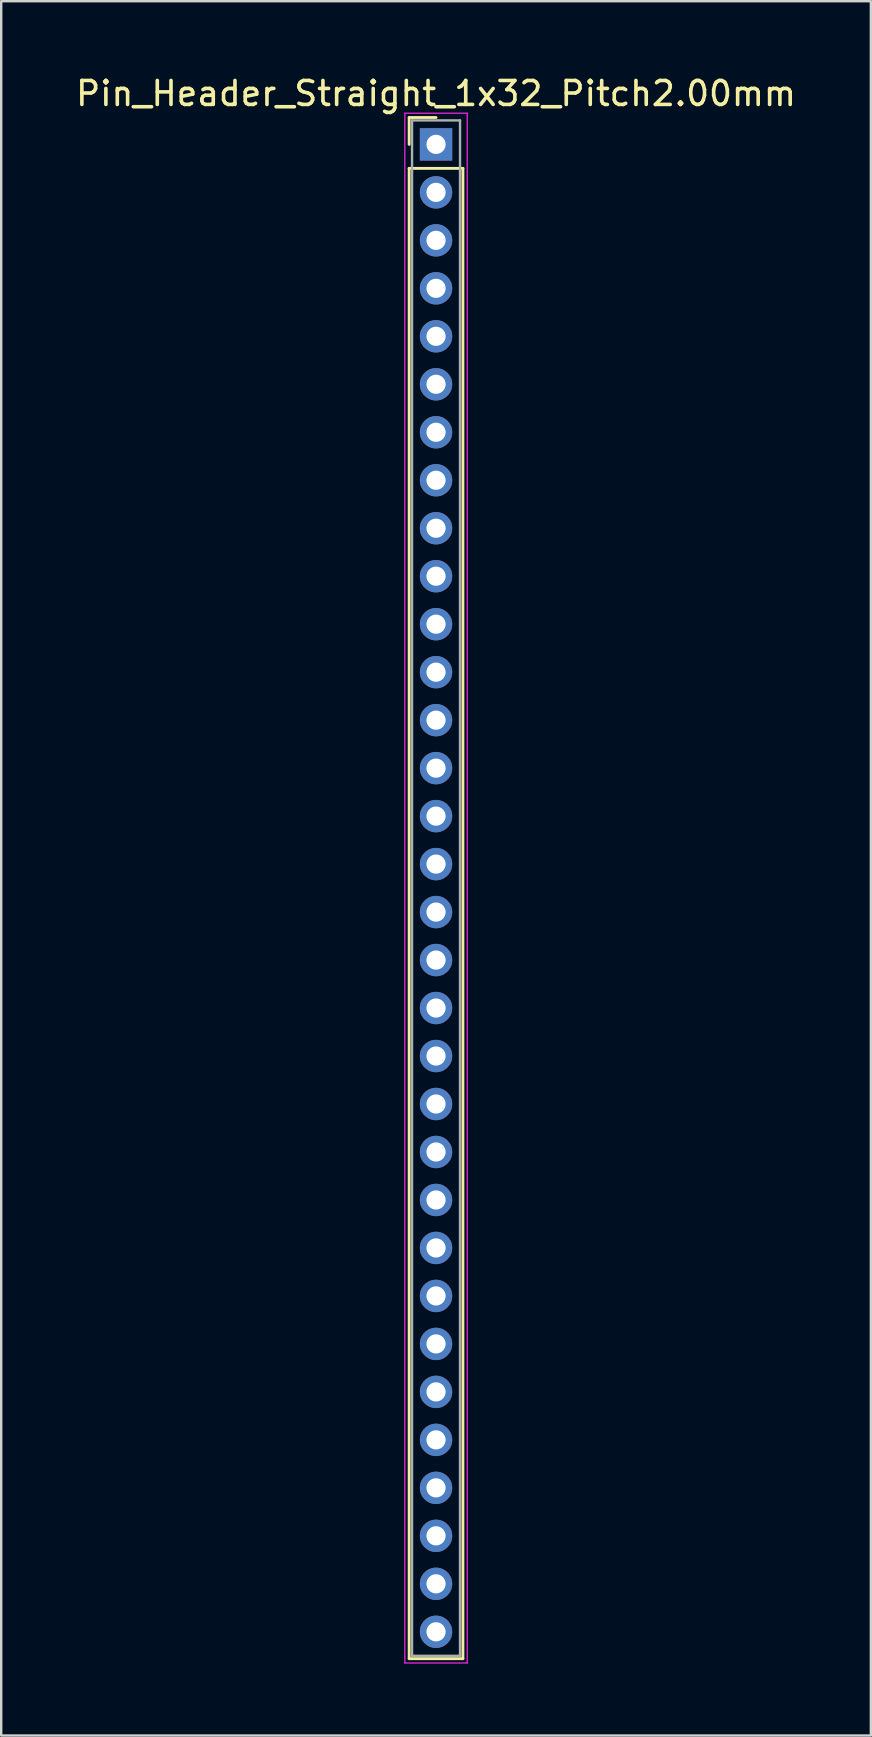
<source format=kicad_pcb>
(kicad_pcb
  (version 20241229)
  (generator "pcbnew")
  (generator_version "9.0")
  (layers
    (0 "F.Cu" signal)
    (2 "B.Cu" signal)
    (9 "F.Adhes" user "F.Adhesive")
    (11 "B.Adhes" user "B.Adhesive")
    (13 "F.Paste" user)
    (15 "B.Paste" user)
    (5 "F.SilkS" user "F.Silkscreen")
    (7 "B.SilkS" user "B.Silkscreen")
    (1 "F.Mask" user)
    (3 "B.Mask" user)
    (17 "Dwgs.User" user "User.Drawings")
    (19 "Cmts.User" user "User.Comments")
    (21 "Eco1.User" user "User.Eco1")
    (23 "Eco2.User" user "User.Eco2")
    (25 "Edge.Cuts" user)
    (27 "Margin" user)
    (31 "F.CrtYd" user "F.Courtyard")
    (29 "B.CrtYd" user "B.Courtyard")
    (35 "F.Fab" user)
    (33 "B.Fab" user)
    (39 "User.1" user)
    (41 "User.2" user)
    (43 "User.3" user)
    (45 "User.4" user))
  (footprint "Pin_Header_Straight_1x32_Pitch2.00mm"
    (layer "F.Cu")
    (at 15.125 2.968)
    (property "Reference" "Pin_Header_Straight_1x32_Pitch2.00mm" (at 0 -2.12 0) (layer "F.SilkS") (effects (font (size 1 1) (thickness 0.15))))
    (attr through_hole)
    (fp_line (start -1.12 -1.12) (end 0 -1.12) (stroke (width 0.12) (type solid)) (layer "F.SilkS"))
    (fp_line (start -1.12 0) (end -1.12 -1.12) (stroke (width 0.12) (type solid)) (layer "F.SilkS"))
    (fp_line (start -1.12 1) (end -1.12 63.12) (stroke (width 0.12) (type solid)) (layer "F.SilkS"))
    (fp_line (start -1.12 63.12) (end 1.12 63.12) (stroke (width 0.12) (type solid)) (layer "F.SilkS"))
    (fp_line (start 1.12 1) (end -1.12 1) (stroke (width 0.12) (type solid)) (layer "F.SilkS"))
    (fp_line (start 1.12 63.12) (end 1.12 1) (stroke (width 0.12) (type solid)) (layer "F.SilkS"))
    (fp_line (start -1.3 -1.3) (end -1.3 63.3) (stroke (width 0.05) (type solid)) (layer "F.CrtYd"))
    (fp_line (start -1.3 63.3) (end 1.3 63.3) (stroke (width 0.05) (type solid)) (layer "F.CrtYd"))
    (fp_line (start 1.3 -1.3) (end -1.3 -1.3) (stroke (width 0.05) (type solid)) (layer "F.CrtYd"))
    (fp_line (start 1.3 63.3) (end 1.3 -1.3) (stroke (width 0.05) (type solid)) (layer "F.CrtYd"))
    (fp_line (start -1 -1) (end -1 63) (stroke (width 0.1) (type solid)) (layer "F.Fab"))
    (fp_line (start -1 63) (end 1 63) (stroke (width 0.1) (type solid)) (layer "F.Fab"))
    (fp_line (start 1 -1) (end -1 -1) (stroke (width 0.1) (type solid)) (layer "F.Fab"))
    (fp_line (start 1 63) (end 1 -1) (stroke (width 0.1) (type solid)) (layer "F.Fab"))
    (pad "1" thru_hole rect (at 0 0) (size 1.35 1.35) (drill 0.8) (layers "*.Cu" "*.Mask"))
    (pad "2" thru_hole oval (at 0 2) (size 1.35 1.35) (drill 0.8) (layers "*.Cu" "*.Mask"))
    (pad "3" thru_hole oval (at 0 4) (size 1.35 1.35) (drill 0.8) (layers "*.Cu" "*.Mask"))
    (pad "4" thru_hole oval (at 0 6) (size 1.35 1.35) (drill 0.8) (layers "*.Cu" "*.Mask"))
    (pad "5" thru_hole oval (at 0 8) (size 1.35 1.35) (drill 0.8) (layers "*.Cu" "*.Mask"))
    (pad "6" thru_hole oval (at 0 10) (size 1.35 1.35) (drill 0.8) (layers "*.Cu" "*.Mask"))
    (pad "7" thru_hole oval (at 0 12) (size 1.35 1.35) (drill 0.8) (layers "*.Cu" "*.Mask"))
    (pad "8" thru_hole oval (at 0 14) (size 1.35 1.35) (drill 0.8) (layers "*.Cu" "*.Mask"))
    (pad "9" thru_hole oval (at 0 16) (size 1.35 1.35) (drill 0.8) (layers "*.Cu" "*.Mask"))
    (pad "10" thru_hole oval (at 0 18) (size 1.35 1.35) (drill 0.8) (layers "*.Cu" "*.Mask"))
    (pad "11" thru_hole oval (at 0 20) (size 1.35 1.35) (drill 0.8) (layers "*.Cu" "*.Mask"))
    (pad "12" thru_hole oval (at 0 22) (size 1.35 1.35) (drill 0.8) (layers "*.Cu" "*.Mask"))
    (pad "13" thru_hole oval (at 0 24) (size 1.35 1.35) (drill 0.8) (layers "*.Cu" "*.Mask"))
    (pad "14" thru_hole oval (at 0 26) (size 1.35 1.35) (drill 0.8) (layers "*.Cu" "*.Mask"))
    (pad "15" thru_hole oval (at 0 28) (size 1.35 1.35) (drill 0.8) (layers "*.Cu" "*.Mask"))
    (pad "16" thru_hole oval (at 0 30) (size 1.35 1.35) (drill 0.8) (layers "*.Cu" "*.Mask"))
    (pad "17" thru_hole oval (at 0 32) (size 1.35 1.35) (drill 0.8) (layers "*.Cu" "*.Mask"))
    (pad "18" thru_hole oval (at 0 34) (size 1.35 1.35) (drill 0.8) (layers "*.Cu" "*.Mask"))
    (pad "19" thru_hole oval (at 0 36) (size 1.35 1.35) (drill 0.8) (layers "*.Cu" "*.Mask"))
    (pad "20" thru_hole oval (at 0 38) (size 1.35 1.35) (drill 0.8) (layers "*.Cu" "*.Mask"))
    (pad "21" thru_hole oval (at 0 40) (size 1.35 1.35) (drill 0.8) (layers "*.Cu" "*.Mask"))
    (pad "22" thru_hole oval (at 0 42) (size 1.35 1.35) (drill 0.8) (layers "*.Cu" "*.Mask"))
    (pad "23" thru_hole oval (at 0 44) (size 1.35 1.35) (drill 0.8) (layers "*.Cu" "*.Mask"))
    (pad "24" thru_hole oval (at 0 46) (size 1.35 1.35) (drill 0.8) (layers "*.Cu" "*.Mask"))
    (pad "25" thru_hole oval (at 0 48) (size 1.35 1.35) (drill 0.8) (layers "*.Cu" "*.Mask"))
    (pad "26" thru_hole oval (at 0 50) (size 1.35 1.35) (drill 0.8) (layers "*.Cu" "*.Mask"))
    (pad "27" thru_hole oval (at 0 52) (size 1.35 1.35) (drill 0.8) (layers "*.Cu" "*.Mask"))
    (pad "28" thru_hole oval (at 0 54) (size 1.35 1.35) (drill 0.8) (layers "*.Cu" "*.Mask"))
    (pad "29" thru_hole oval (at 0 56) (size 1.35 1.35) (drill 0.8) (layers "*.Cu" "*.Mask"))
    (pad "30" thru_hole oval (at 0 58) (size 1.35 1.35) (drill 0.8) (layers "*.Cu" "*.Mask"))
    (pad "31" thru_hole oval (at 0 60) (size 1.35 1.35) (drill 0.8) (layers "*.Cu" "*.Mask"))
    (pad "32" thru_hole oval (at 0 62) (size 1.35 1.35) (drill 0.8) (layers "*.Cu" "*.Mask")))
  (gr_rect
    (start -3 -3)
    (end 33.25 69.293)
    (stroke (width 0.1) (type default))
    (fill no)
    (layer "Edge.Cuts")))
</source>
